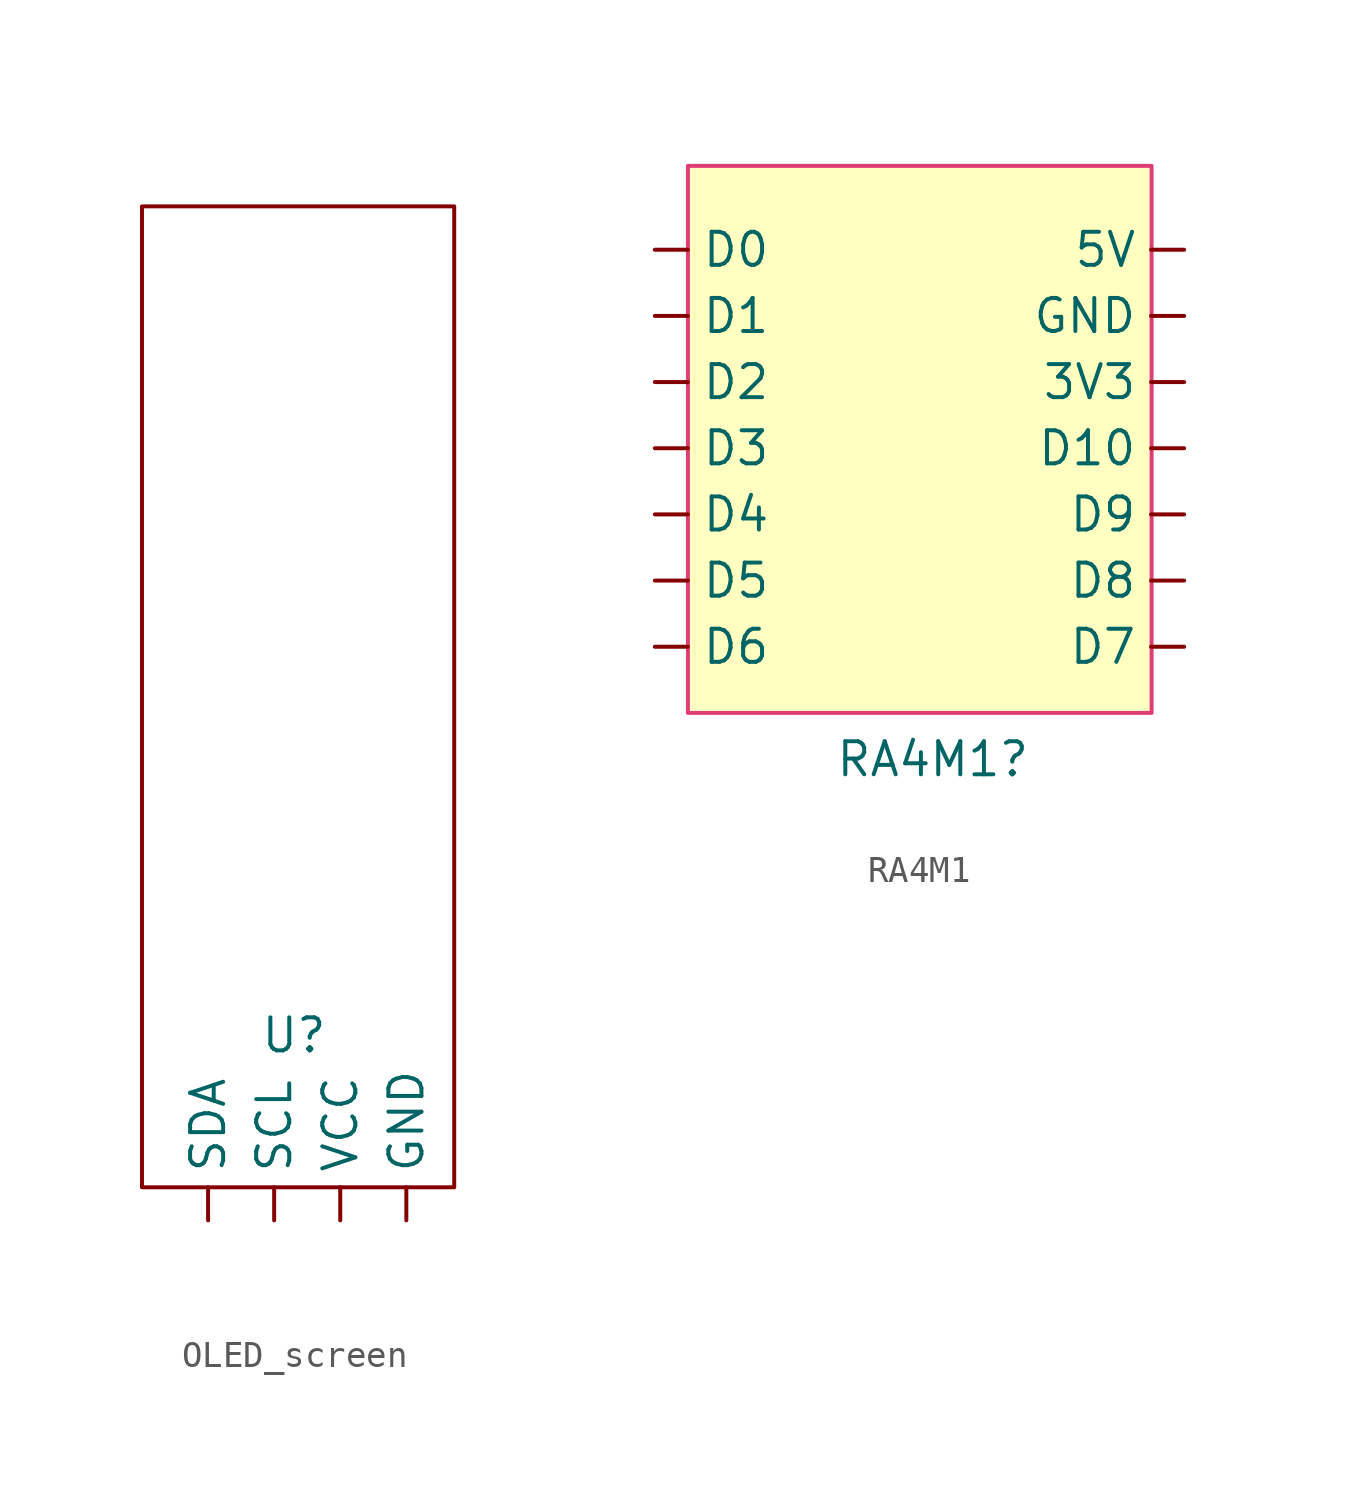
<source format=kicad_sym>
(kicad_symbol_lib
  (version 20231120)
  (generator "kicad_symbol_editor")
  (generator_version "8.0")
  (symbol "OLED_screen"
    (property "Reference" "U"
      (at 5.842 5.842 0)
      (effects (font (size 1.27 1.27))))
    (property "Value" ""
      (at 0 0 0)
      (effects (font (size 1.27 1.27))))
    (symbol "OLED_screen_0_1"
      (rectangle (start 0 37.7) (end 12 0) (stroke (width 0) (type default)) (fill (type none))))
    (symbol "OLED_screen_1_1"
      (pin input line (at 10.16 -1.27 90) (length 1.27) (name "GND" (effects (font (size 1.27 1.27)))) (number "" (effects (font (size 1.27 1.27)))))
      (pin input line (at 5.08 -1.27 90) (length 1.27) (name "SCL" (effects (font (size 1.27 1.27)))) (number "" (effects (font (size 1.27 1.27)))))
      (pin input line (at 2.54 -1.27 90) (length 1.27) (name "SDA" (effects (font (size 1.27 1.27)))) (number "" (effects (font (size 1.27 1.27)))))
      (pin input line (at 7.62 -1.27 90) (length 1.27) (name "VCC" (effects (font (size 1.27 1.27)))) (number "" (effects (font (size 1.27 1.27)))))))
  (symbol "RA4M1"
    (property "Reference" "RA4M1"
      (at 9.398 -1.778 0)
      (effects (font (size 1.27 1.27))))
    (property "Value" ""
      (at 0 0 0)
      (effects (font (size 1.27 1.27))))
    (symbol "RA4M1_1_1"
      (rectangle (start 0 21) (end 17.8 0) (stroke (width 0) (type default) (color 223 61 117 1)) (fill (type background)))
      (pin output line (at 19.05 12.7 180) (length 1.27) (name "3V3" (effects (font (size 1.27 1.27)))) (number "" (effects (font (size 1.27 1.27)))))
      (pin output line (at 19.05 17.78 180) (length 1.27) (name "5V" (effects (font (size 1.27 1.27)))) (number "" (effects (font (size 1.27 1.27)))))
      (pin bidirectional line (at -1.27 17.78 0) (length 1.27) (name "D0" (effects (font (size 1.27 1.27)))) (number "" (effects (font (size 1.27 1.27)))))
      (pin bidirectional line (at -1.27 15.24 0) (length 1.27) (name "D1" (effects (font (size 1.27 1.27)))) (number "" (effects (font (size 1.27 1.27)))))
      (pin bidirectional line (at 19.05 10.16 180) (length 1.27) (name "D10" (effects (font (size 1.27 1.27)))) (number "" (effects (font (size 1.27 1.27)))))
      (pin bidirectional line (at -1.27 12.7 0) (length 1.27) (name "D2" (effects (font (size 1.27 1.27)))) (number "" (effects (font (size 1.27 1.27)))))
      (pin bidirectional line (at -1.27 10.16 0) (length 1.27) (name "D3" (effects (font (size 1.27 1.27)))) (number "" (effects (font (size 1.27 1.27)))))
      (pin bidirectional line (at -1.27 7.62 0) (length 1.27) (name "D4" (effects (font (size 1.27 1.27)))) (number "" (effects (font (size 1.27 1.27)))))
      (pin bidirectional line (at -1.27 5.08 0) (length 1.27) (name "D5" (effects (font (size 1.27 1.27)))) (number "" (effects (font (size 1.27 1.27)))))
      (pin bidirectional line (at -1.27 2.54 0) (length 1.27) (name "D6" (effects (font (size 1.27 1.27)))) (number "" (effects (font (size 1.27 1.27)))))
      (pin bidirectional line (at 19.05 2.54 180) (length 1.27) (name "D7" (effects (font (size 1.27 1.27)))) (number "" (effects (font (size 1.27 1.27)))))
      (pin bidirectional line (at 19.05 5.08 180) (length 1.27) (name "D8" (effects (font (size 1.27 1.27)))) (number "" (effects (font (size 1.27 1.27)))))
      (pin bidirectional line (at 19.05 7.62 180) (length 1.27) (name "D9" (effects (font (size 1.27 1.27)))) (number "" (effects (font (size 1.27 1.27)))))
      (pin output line (at 19.05 15.24 180) (length 1.27) (name "GND" (effects (font (size 1.27 1.27)))) (number "" (effects (font (size 1.27 1.27))))))))
</source>
